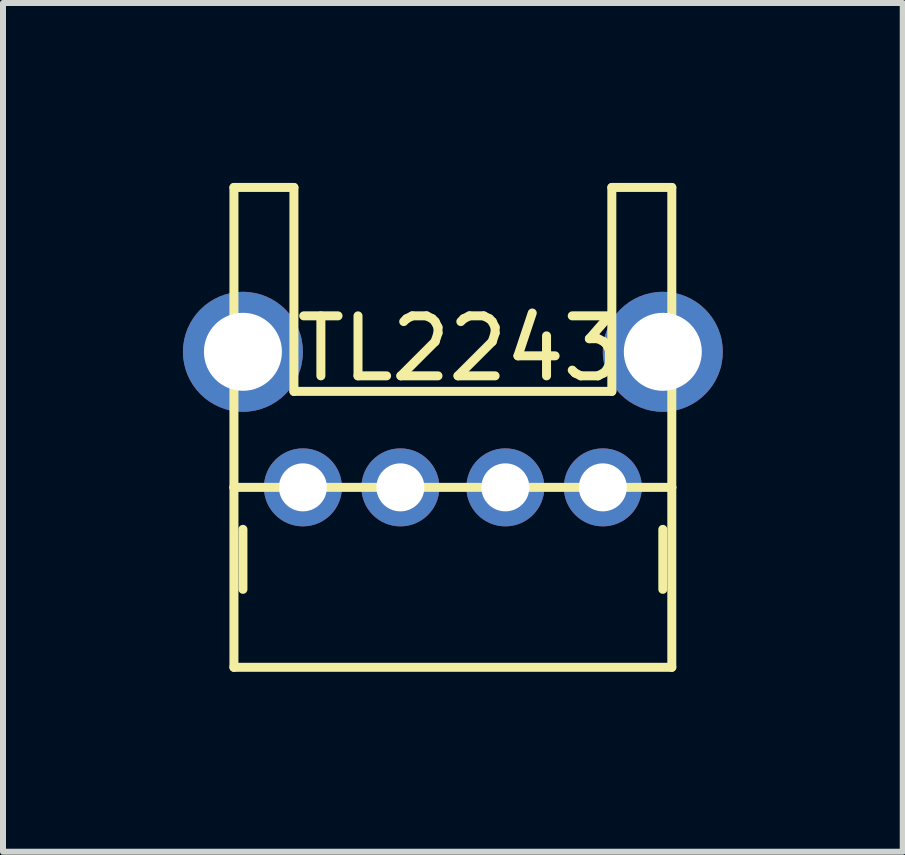
<source format=kicad_pcb>
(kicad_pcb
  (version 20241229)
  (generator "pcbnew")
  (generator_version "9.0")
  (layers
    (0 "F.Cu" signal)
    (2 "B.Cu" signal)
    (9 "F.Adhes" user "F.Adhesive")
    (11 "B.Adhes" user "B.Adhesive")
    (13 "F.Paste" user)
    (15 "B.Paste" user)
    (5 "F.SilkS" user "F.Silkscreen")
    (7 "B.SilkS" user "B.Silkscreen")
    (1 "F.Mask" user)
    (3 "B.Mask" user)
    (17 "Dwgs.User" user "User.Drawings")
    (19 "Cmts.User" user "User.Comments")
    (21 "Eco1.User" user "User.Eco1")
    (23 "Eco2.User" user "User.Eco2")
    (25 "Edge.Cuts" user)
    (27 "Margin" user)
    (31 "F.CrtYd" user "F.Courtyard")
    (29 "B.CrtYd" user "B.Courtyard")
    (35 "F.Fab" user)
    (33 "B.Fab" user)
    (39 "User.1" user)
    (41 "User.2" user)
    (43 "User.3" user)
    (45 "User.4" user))
  (footprint "TL2243"
    (layer "F.Cu")
    (at 4.5 5.075)
    (property "Reference" "TL2243" (at 0.109 -2.314 0) (layer "F.SilkS") (effects (font (size 1 1) (thickness 0.15))))
    (attr through_hole)
    (fp_line (start -3.65 -5) (end -3.65 0) (stroke (width 0.15) (type solid)) (layer "F.SilkS"))
    (fp_line (start -3.65 0) (end 3.65 0) (stroke (width 0.15) (type solid)) (layer "F.SilkS"))
    (fp_line (start -3.65 3) (end -3.65 0) (stroke (width 0.15) (type solid)) (layer "F.SilkS"))
    (fp_line (start -3.5 0.7) (end -3.5 1.7) (stroke (width 0.15) (type solid)) (layer "F.SilkS"))
    (fp_line (start -2.65 -5) (end -3.65 -5) (stroke (width 0.15) (type solid)) (layer "F.SilkS"))
    (fp_line (start -2.65 -1.6) (end -2.65 -5) (stroke (width 0.15) (type solid)) (layer "F.SilkS"))
    (fp_line (start 2.65 -5) (end 2.65 -1.6) (stroke (width 0.15) (type solid)) (layer "F.SilkS"))
    (fp_line (start 2.65 -1.6) (end -2.65 -1.6) (stroke (width 0.15) (type solid)) (layer "F.SilkS"))
    (fp_line (start 3.5 0.7) (end 3.5 1.7) (stroke (width 0.15) (type solid)) (layer "F.SilkS"))
    (fp_line (start 3.65 -5) (end 2.65 -5) (stroke (width 0.15) (type solid)) (layer "F.SilkS"))
    (fp_line (start 3.65 0) (end 3.65 -5) (stroke (width 0.15) (type solid)) (layer "F.SilkS"))
    (fp_line (start 3.65 0) (end 3.65 3) (stroke (width 0.15) (type solid)) (layer "F.SilkS"))
    (fp_line (start 3.65 3) (end -3.65 3) (stroke (width 0.15) (type solid)) (layer "F.SilkS"))
    (pad "" thru_hole circle (at -3.5 -2.26) (size 2 2) (drill 1.3) (layers "*.Cu" "*.Mask"))
    (pad "" thru_hole circle (at 3.5 -2.26) (size 2 2) (drill 1.3) (layers "*.Cu" "*.Mask"))
    (pad "1" thru_hole circle (at -2.5 0) (size 1.3 1.3) (drill 0.8) (layers "*.Cu" "*.Mask"))
    (pad "2" thru_hole circle (at -0.875 0) (size 1.3 1.3) (drill 0.8) (layers "*.Cu" "*.Mask"))
    (pad "3" thru_hole circle (at 0.875 0) (size 1.3 1.3) (drill 0.8) (layers "*.Cu" "*.Mask"))
    (pad "4" thru_hole circle (at 2.5 0) (size 1.3 1.3) (drill 0.8) (layers "*.Cu" "*.Mask")))
  (gr_rect
    (start -3 -3)
    (end 12 11.15)
    (stroke (width 0.1) (type default))
    (fill no)
    (layer "Edge.Cuts")))
</source>
